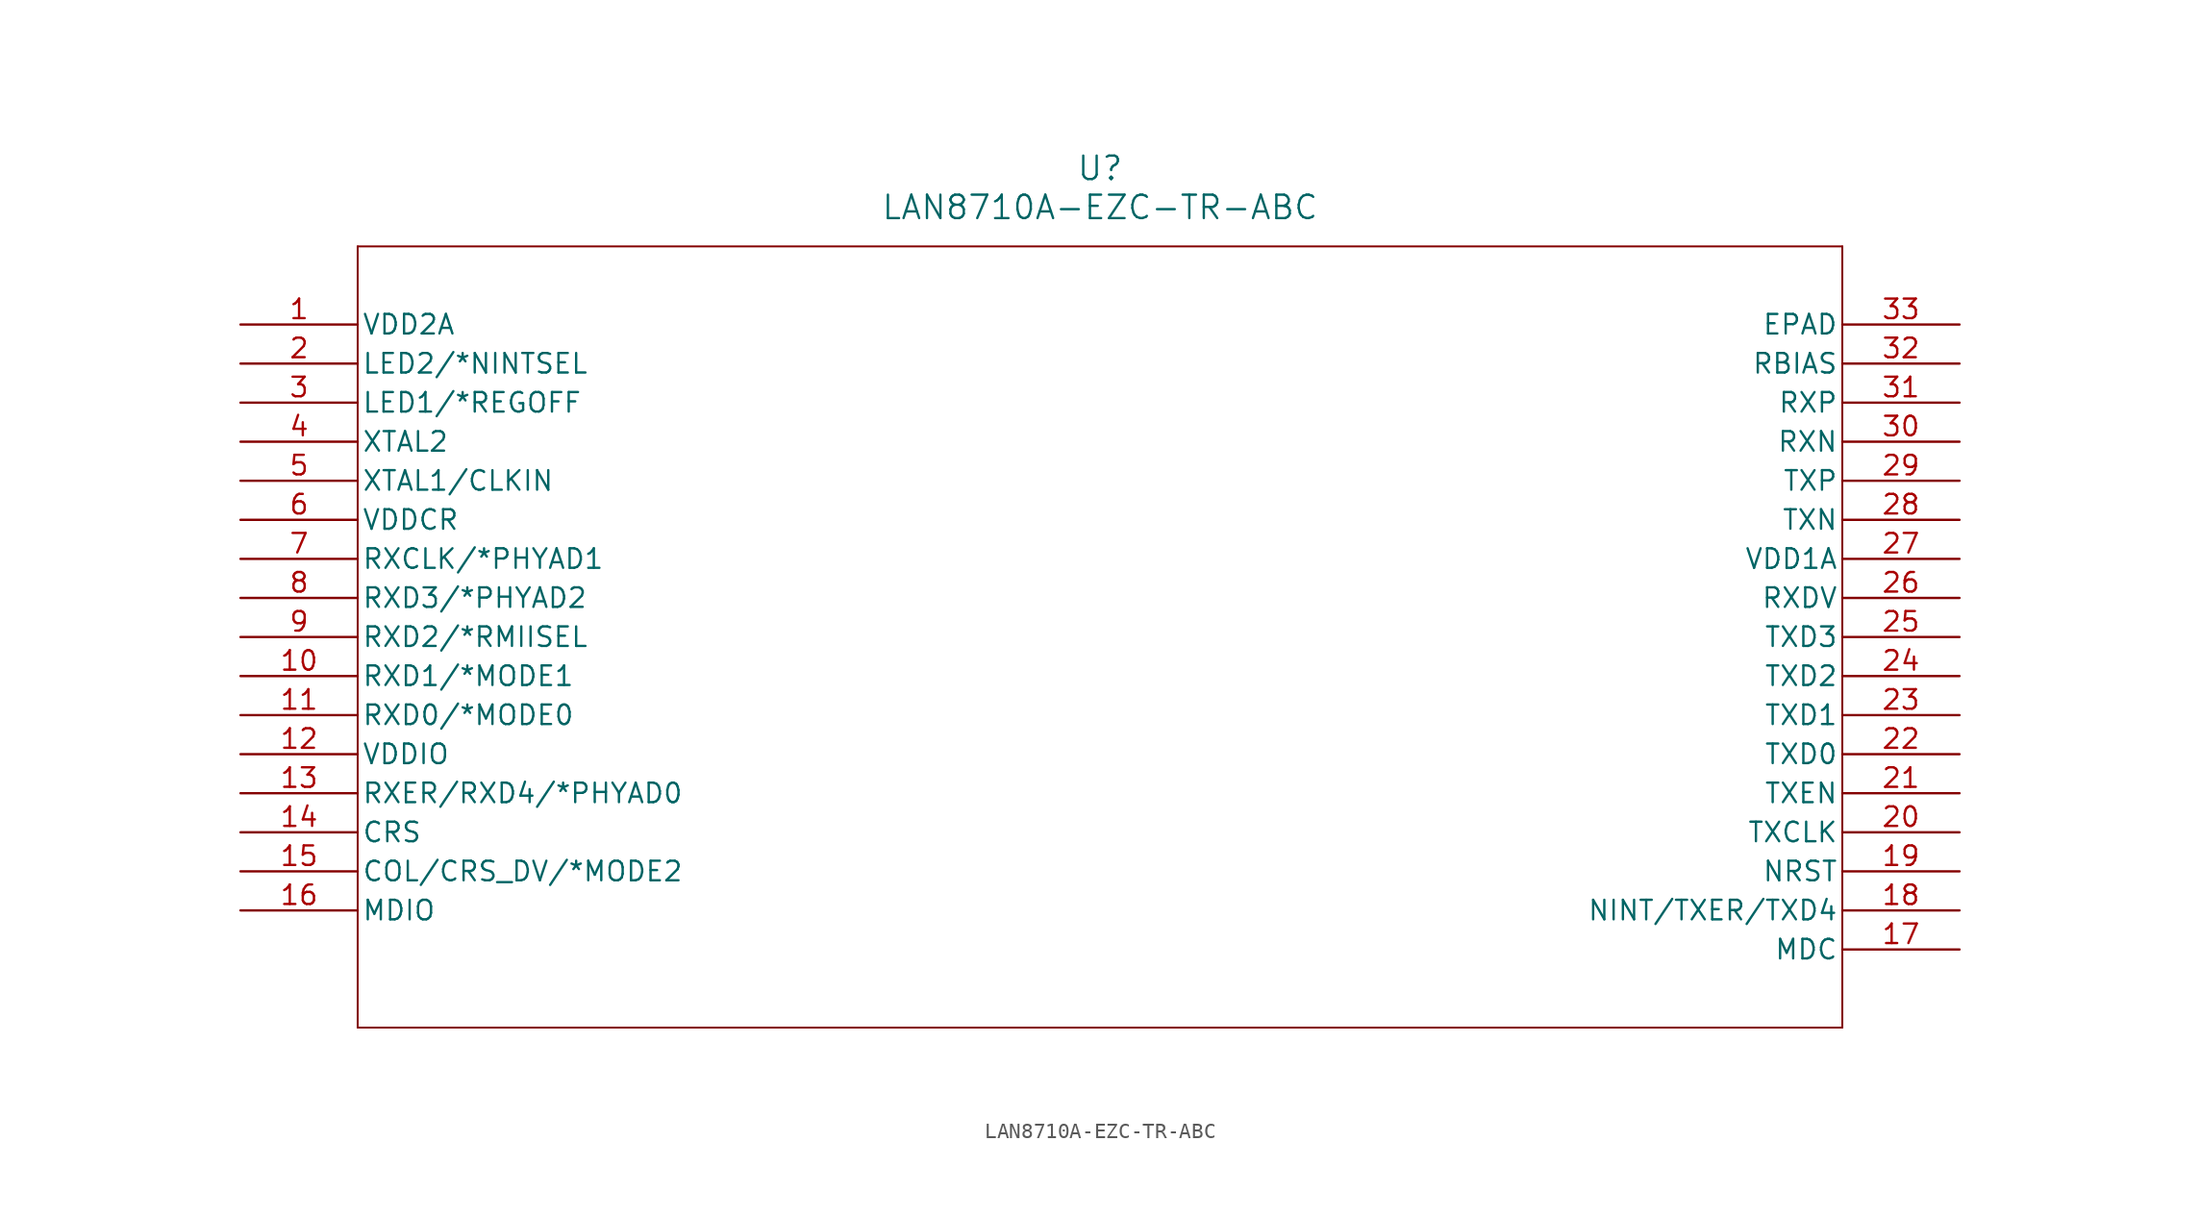
<source format=kicad_sym>
(kicad_symbol_lib
  (version 20211014)
  (generator kicad_symbol_editor)
  (symbol "LAN8710A-EZC-TR-ABC"
    (pin_names
      (offset 0.254))
    (property "Reference" "U"
      (at 55.88 10.16 0)
      (effects (font (size 1.524 1.524))))
    (property "Value" "LAN8710A-EZC-TR-ABC"
      (at 55.88 7.62 0)
      (effects (font (size 1.524 1.524))))
    (symbol "LAN8710A-EZC-TR-ABC_0_1"
      (polyline (pts (xy 7.62 5.08) (xy 7.62 -45.72)) (stroke (width 0.127) (type default) (color 0 0 0 0)) (fill (type none)))
      (polyline (pts (xy 7.62 -45.72) (xy 104.14 -45.72)) (stroke (width 0.127) (type default) (color 0 0 0 0)) (fill (type none)))
      (polyline (pts (xy 104.14 -45.72) (xy 104.14 5.08)) (stroke (width 0.127) (type default) (color 0 0 0 0)) (fill (type none)))
      (polyline (pts (xy 104.14 5.08) (xy 7.62 5.08)) (stroke (width 0.127) (type default) (color 0 0 0 0)) (fill (type none)))
      (pin power_in line (at 0 0 0) (length 7.62) (name "VDD2A" (effects (font (size 1.27 1.27)))) (number "1" (effects (font (size 1.27 1.27)))))
      (pin bidirectional line (at 0 -2.54 0) (length 7.62) (name "LED2/*NINTSEL" (effects (font (size 1.27 1.27)))) (number "2" (effects (font (size 1.27 1.27)))))
      (pin bidirectional line (at 0 -5.08 0) (length 7.62) (name "LED1/*REGOFF" (effects (font (size 1.27 1.27)))) (number "3" (effects (font (size 1.27 1.27)))))
      (pin output line (at 0 -7.62 0) (length 7.62) (name "XTAL2" (effects (font (size 1.27 1.27)))) (number "4" (effects (font (size 1.27 1.27)))))
      (pin input line (at 0 -10.16 0) (length 7.62) (name "XTAL1/CLKIN" (effects (font (size 1.27 1.27)))) (number "5" (effects (font (size 1.27 1.27)))))
      (pin power_in line (at 0 -12.7 0) (length 7.62) (name "VDDCR" (effects (font (size 1.27 1.27)))) (number "6" (effects (font (size 1.27 1.27)))))
      (pin bidirectional line (at 0 -15.24 0) (length 7.62) (name "RXCLK/*PHYAD1" (effects (font (size 1.27 1.27)))) (number "7" (effects (font (size 1.27 1.27)))))
      (pin bidirectional line (at 0 -17.78 0) (length 7.62) (name "RXD3/*PHYAD2" (effects (font (size 1.27 1.27)))) (number "8" (effects (font (size 1.27 1.27)))))
      (pin bidirectional line (at 0 -20.32 0) (length 7.62) (name "RXD2/*RMIISEL" (effects (font (size 1.27 1.27)))) (number "9" (effects (font (size 1.27 1.27)))))
      (pin bidirectional line (at 0 -22.86 0) (length 7.62) (name "RXD1/*MODE1" (effects (font (size 1.27 1.27)))) (number "10" (effects (font (size 1.27 1.27)))))
      (pin bidirectional line (at 0 -25.4 0) (length 7.62) (name "RXD0/*MODE0" (effects (font (size 1.27 1.27)))) (number "11" (effects (font (size 1.27 1.27)))))
      (pin power_in line (at 0 -27.94 0) (length 7.62) (name "VDDIO" (effects (font (size 1.27 1.27)))) (number "12" (effects (font (size 1.27 1.27)))))
      (pin bidirectional line (at 0 -30.48 0) (length 7.62) (name "RXER/RXD4/*PHYAD0" (effects (font (size 1.27 1.27)))) (number "13" (effects (font (size 1.27 1.27)))))
      (pin output line (at 0 -33.02 0) (length 7.62) (name "CRS" (effects (font (size 1.27 1.27)))) (number "14" (effects (font (size 1.27 1.27)))))
      (pin bidirectional line (at 0 -35.56 0) (length 7.62) (name "COL/CRS_DV/*MODE2" (effects (font (size 1.27 1.27)))) (number "15" (effects (font (size 1.27 1.27)))))
      (pin bidirectional line (at 0 -38.1 0) (length 7.62) (name "MDIO" (effects (font (size 1.27 1.27)))) (number "16" (effects (font (size 1.27 1.27)))))
      (pin input line (at 111.76 -40.64 180) (length 7.62) (name "MDC" (effects (font (size 1.27 1.27)))) (number "17" (effects (font (size 1.27 1.27)))))
      (pin bidirectional line (at 111.76 -38.1 180) (length 7.62) (name "NINT/TXER/TXD4" (effects (font (size 1.27 1.27)))) (number "18" (effects (font (size 1.27 1.27)))))
      (pin input line (at 111.76 -35.56 180) (length 7.62) (name "NRST" (effects (font (size 1.27 1.27)))) (number "19" (effects (font (size 1.27 1.27)))))
      (pin output line (at 111.76 -33.02 180) (length 7.62) (name "TXCLK" (effects (font (size 1.27 1.27)))) (number "20" (effects (font (size 1.27 1.27)))))
      (pin input line (at 111.76 -30.48 180) (length 7.62) (name "TXEN" (effects (font (size 1.27 1.27)))) (number "21" (effects (font (size 1.27 1.27)))))
      (pin input line (at 111.76 -27.94 180) (length 7.62) (name "TXD0" (effects (font (size 1.27 1.27)))) (number "22" (effects (font (size 1.27 1.27)))))
      (pin input line (at 111.76 -25.4 180) (length 7.62) (name "TXD1" (effects (font (size 1.27 1.27)))) (number "23" (effects (font (size 1.27 1.27)))))
      (pin input line (at 111.76 -22.86 180) (length 7.62) (name "TXD2" (effects (font (size 1.27 1.27)))) (number "24" (effects (font (size 1.27 1.27)))))
      (pin input line (at 111.76 -20.32 180) (length 7.62) (name "TXD3" (effects (font (size 1.27 1.27)))) (number "25" (effects (font (size 1.27 1.27)))))
      (pin output line (at 111.76 -17.78 180) (length 7.62) (name "RXDV" (effects (font (size 1.27 1.27)))) (number "26" (effects (font (size 1.27 1.27)))))
      (pin power_in line (at 111.76 -15.24 180) (length 7.62) (name "VDD1A" (effects (font (size 1.27 1.27)))) (number "27" (effects (font (size 1.27 1.27)))))
      (pin bidirectional line (at 111.76 -12.7 180) (length 7.62) (name "TXN" (effects (font (size 1.27 1.27)))) (number "28" (effects (font (size 1.27 1.27)))))
      (pin bidirectional line (at 111.76 -10.16 180) (length 7.62) (name "TXP" (effects (font (size 1.27 1.27)))) (number "29" (effects (font (size 1.27 1.27)))))
      (pin bidirectional line (at 111.76 -7.62 180) (length 7.62) (name "RXN" (effects (font (size 1.27 1.27)))) (number "30" (effects (font (size 1.27 1.27)))))
      (pin bidirectional line (at 111.76 -5.08 180) (length 7.62) (name "RXP" (effects (font (size 1.27 1.27)))) (number "31" (effects (font (size 1.27 1.27)))))
      (pin input line (at 111.76 -2.54 180) (length 7.62) (name "RBIAS" (effects (font (size 1.27 1.27)))) (number "32" (effects (font (size 1.27 1.27)))))
      (pin unspecified line (at 111.76 0 180) (length 7.62) (name "EPAD" (effects (font (size 1.27 1.27)))) (number "33" (effects (font (size 1.27 1.27))))))))
</source>
